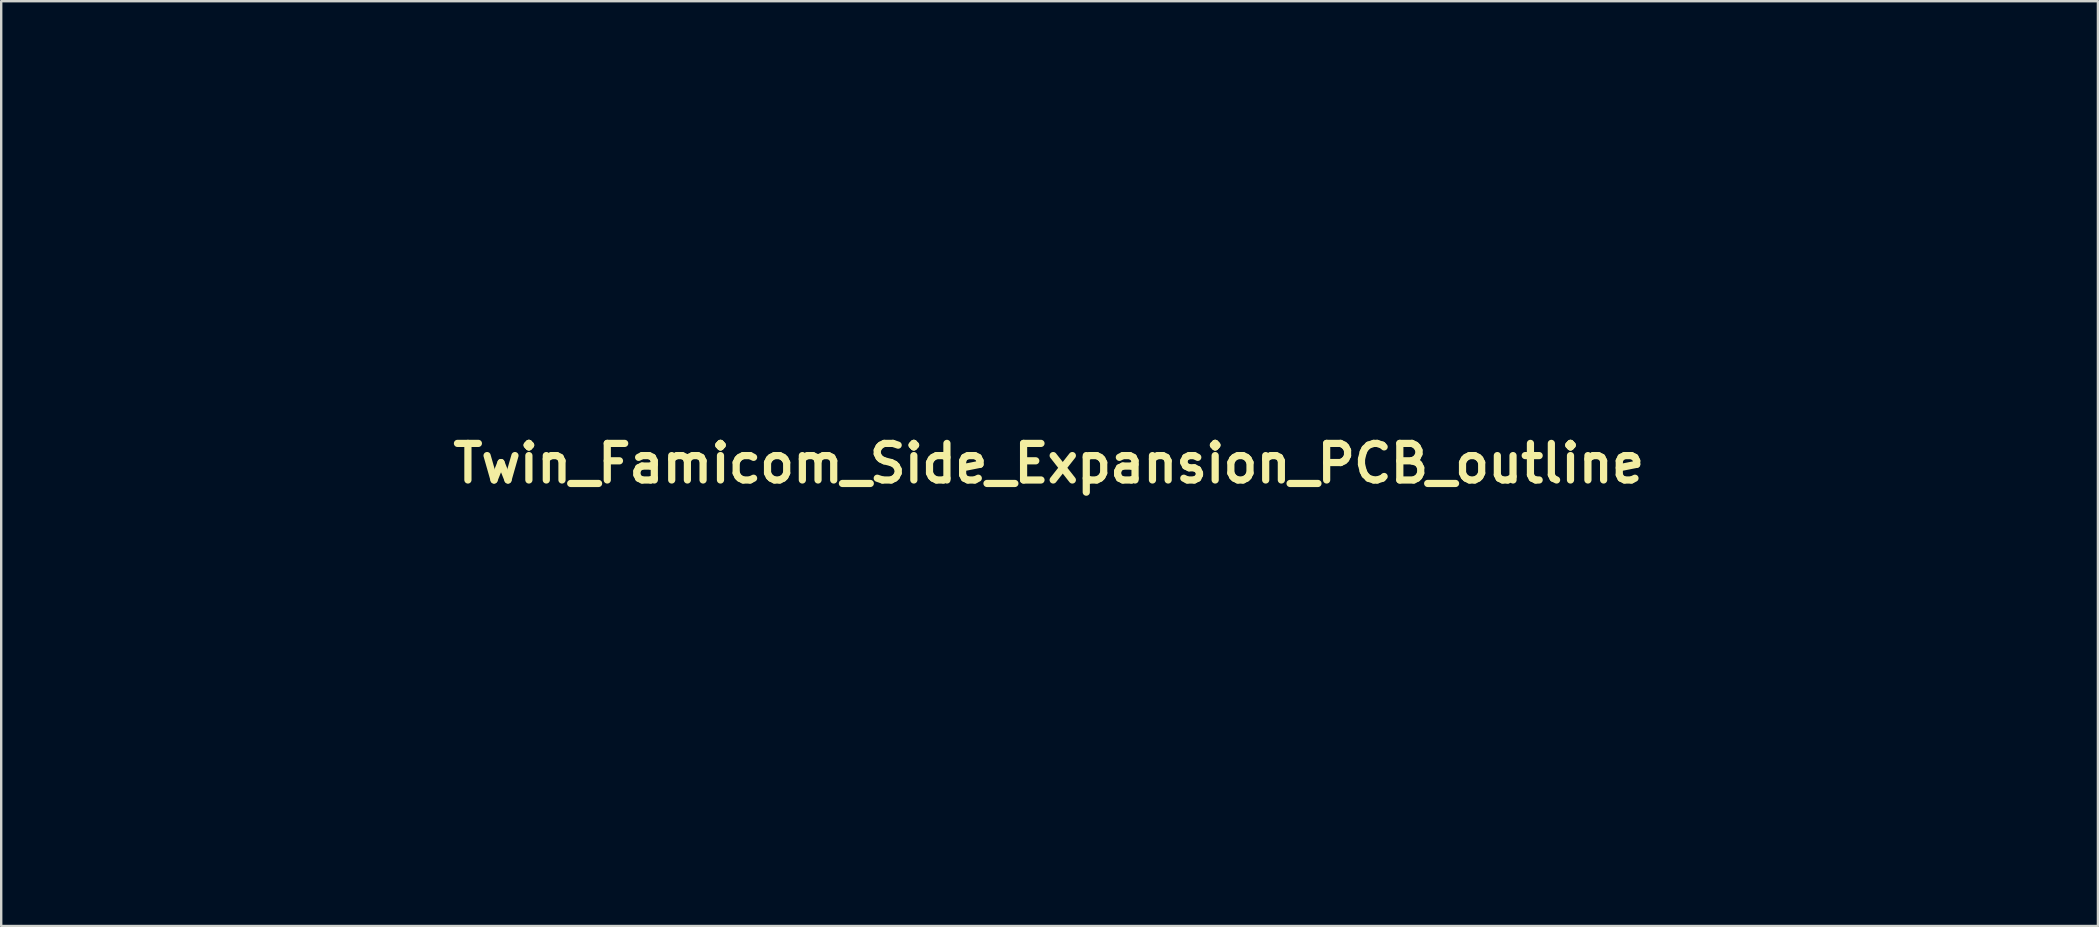
<source format=kicad_pcb>
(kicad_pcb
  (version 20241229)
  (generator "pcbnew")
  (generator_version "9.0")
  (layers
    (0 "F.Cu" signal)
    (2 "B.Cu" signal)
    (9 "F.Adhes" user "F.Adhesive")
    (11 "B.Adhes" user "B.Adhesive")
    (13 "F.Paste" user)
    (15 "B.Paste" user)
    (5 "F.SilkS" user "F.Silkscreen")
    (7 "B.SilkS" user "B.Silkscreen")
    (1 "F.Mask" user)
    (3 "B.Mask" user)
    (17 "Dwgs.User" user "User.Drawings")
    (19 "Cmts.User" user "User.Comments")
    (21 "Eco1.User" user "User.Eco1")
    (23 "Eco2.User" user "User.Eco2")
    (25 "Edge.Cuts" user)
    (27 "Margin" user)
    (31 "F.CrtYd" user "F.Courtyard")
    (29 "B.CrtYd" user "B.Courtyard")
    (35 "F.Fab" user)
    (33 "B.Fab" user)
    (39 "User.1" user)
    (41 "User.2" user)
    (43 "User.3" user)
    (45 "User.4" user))
  (footprint "Twin_Famicom_Side_Expansion_PCB_outline"
    (layer "F.Cu")
    (at 23.368 14.858)
    (property "Reference" "Twin_Famicom_Side_Expansion_PCB_outline" (at 17.28 1.4 0) (layer "F.SilkS") (effects (font (size 1.524 1.524) (thickness 0.3))))
    (attr through_hole)
    (fp_poly (pts (xy 27.461 -14.853) (xy 29.044 -14.852) (xy 30.562 -14.852) (xy 32.014 -14.852) (xy 33.403 -14.852) (xy 34.73 -14.852) (xy 35.996 -14.852) (xy 37.202 -14.851) (xy 38.349 -14.851) (xy 39.44 -14.85) (xy 40.474 -14.85) (xy 41.454 -14.849) (xy 42.38 -14.849) (xy 43.254 -14.848) (xy 44.078 -14.847) (xy 44.851 -14.846) (xy 45.577 -14.845) (xy 46.255 -14.844) (xy 46.888 -14.843) (xy 47.476 -14.842) (xy 48.021 -14.841) (xy 48.524 -14.84) (xy 48.986 -14.838) (xy 49.409 -14.837) (xy 49.793 -14.835) (xy 50.141 -14.834) (xy 50.453 -14.832) (xy 50.731 -14.83) (xy 50.976 -14.828) (xy 51.189 -14.826) (xy 51.372 -14.824) (xy 51.525 -14.822) (xy 51.65 -14.819) (xy 51.749 -14.817) (xy 51.822 -14.814) (xy 51.871 -14.812) (xy 51.896 -14.809) (xy 52.166 -14.759) (xy 52.383 -14.718) (xy 52.558 -14.681) (xy 52.706 -14.647) (xy 52.841 -14.611) (xy 52.976 -14.57) (xy 53.125 -14.522) (xy 53.132 -14.519) (xy 53.316 -14.456) (xy 53.5 -14.388) (xy 53.662 -14.324) (xy 53.767 -14.279) (xy 53.899 -14.218) (xy 54.023 -14.162) (xy 54.108 -14.125) (xy 54.23 -14.064) (xy 54.394 -13.972) (xy 54.584 -13.857) (xy 54.786 -13.729) (xy 54.986 -13.596) (xy 55.169 -13.467) (xy 55.241 -13.414) (xy 55.381 -13.303) (xy 55.541 -13.166) (xy 55.711 -13.012) (xy 55.881 -12.852) (xy 56.042 -12.693) (xy 56.184 -12.547) (xy 56.298 -12.421) (xy 56.373 -12.326) (xy 56.393 -12.295) (xy 56.436 -12.225) (xy 56.471 -12.193) (xy 56.473 -12.192) (xy 56.506 -12.165) (xy 56.568 -12.088) (xy 56.651 -11.972) (xy 56.748 -11.828) (xy 56.853 -11.666) (xy 56.96 -11.495) (xy 57.06 -11.326) (xy 57.11 -11.239) (xy 57.418 -10.618) (xy 57.662 -9.977) (xy 57.84 -9.315) (xy 57.952 -8.637) (xy 57.958 -8.581) (xy 57.97 -8.413) (xy 57.979 -8.196) (xy 57.984 -7.942) (xy 57.985 -7.663) (xy 57.982 -7.37) (xy 57.977 -7.074) (xy 57.968 -6.787) (xy 57.957 -6.521) (xy 57.943 -6.287) (xy 57.927 -6.097) (xy 57.909 -5.962) (xy 57.906 -5.945) (xy 57.792 -5.447) (xy 57.668 -5.002) (xy 57.527 -4.595) (xy 57.365 -4.209) (xy 57.175 -3.829) (xy 56.987 -3.5) (xy 56.898 -3.352) (xy 56.827 -3.236) (xy 56.762 -3.137) (xy 56.694 -3.041) (xy 56.613 -2.934) (xy 56.508 -2.802) (xy 56.379 -2.64) (xy 56.338 -2.595) (xy 56.249 -2.502) (xy 56.117 -2.365) (xy 55.942 -2.186) (xy 55.726 -1.967) (xy 55.473 -1.709) (xy 55.182 -1.416) (xy 54.858 -1.088) (xy 54.502 -0.728) (xy 54.115 -0.338) (xy 53.7 0.08) (xy 53.259 0.524) (xy 52.795 0.992) (xy 52.308 1.481) (xy 51.801 1.99) (xy 51.277 2.517) (xy 50.736 3.06) (xy 50.182 3.616) (xy 49.617 4.184) (xy 49.041 4.761) (xy 48.458 5.346) (xy 47.87 5.936) (xy 47.278 6.529) (xy 46.684 7.124) (xy 46.092 7.718) (xy 45.501 8.309) (xy 44.916 8.895) (xy 44.337 9.474) (xy 43.767 10.044) (xy 43.208 10.603) (xy 42.662 11.149) (xy 42.13 11.68) (xy 41.616 12.193) (xy 41.121 12.688) (xy 40.647 13.161) (xy 40.196 13.61) (xy 39.77 14.035) (xy 39.371 14.431) (xy 39.002 14.799) (xy 38.664 15.134) (xy 38.36 15.436) (xy 38.091 15.703) (xy 37.859 15.931) (xy 37.667 16.12) (xy 37.517 16.267) (xy 37.41 16.37) (xy 37.349 16.427) (xy 37.343 16.432) (xy 37.002 16.705) (xy 36.672 16.931) (xy 36.332 17.122) (xy 35.962 17.287) (xy 35.545 17.439) (xy 35.525 17.445) (xy 35.485 17.459) (xy 35.451 17.472) (xy 35.421 17.485) (xy 35.394 17.497) (xy 35.368 17.509) (xy 35.341 17.52) (xy 35.314 17.531) (xy 35.283 17.541) (xy 35.247 17.55) (xy 35.206 17.559) (xy 35.157 17.568) (xy 35.099 17.576) (xy 35.031 17.584) (xy 34.951 17.591) (xy 34.858 17.598) (xy 34.75 17.604) (xy 34.625 17.61) (xy 34.483 17.616) (xy 34.322 17.621) (xy 34.141 17.626) (xy 33.937 17.631) (xy 33.71 17.635) (xy 33.458 17.639) (xy 33.179 17.643) (xy 32.873 17.646) (xy 32.537 17.649) (xy 32.17 17.652) (xy 31.771 17.654) (xy 31.339 17.656) (xy 30.871 17.658) (xy 30.367 17.66) (xy 29.825 17.662) (xy 29.243 17.663) (xy 28.62 17.664) (xy 27.955 17.665) (xy 27.245 17.666) (xy 26.491 17.666) (xy 25.689 17.667) (xy 24.84 17.667) (xy 23.94 17.667) (xy 22.99 17.667) (xy 21.986 17.667) (xy 20.929 17.667) (xy 19.816 17.667) (xy 18.646 17.667) (xy 17.418 17.666) (xy 16.129 17.666) (xy 14.78 17.666) (xy 13.367 17.665) (xy 11.89 17.665) (xy 10.347 17.665) (xy 8.78 17.664) (xy 7.454 17.664) (xy 6.145 17.664) (xy 4.854 17.663) (xy 3.583 17.663) (xy 2.334 17.662) (xy 1.108 17.662) (xy -0.093 17.662) (xy -1.267 17.661) (xy -2.412 17.661) (xy -3.527 17.66) (xy -4.611 17.66) (xy -5.661 17.659) (xy -6.675 17.658) (xy -7.653 17.658) (xy -8.592 17.657) (xy -9.491 17.657) (xy -10.348 17.656) (xy -11.161 17.655) (xy -11.929 17.655) (xy -12.649 17.654) (xy -13.321 17.653) (xy -13.943 17.653) (xy -14.512 17.652) (xy -15.027 17.651) (xy -15.487 17.651) (xy -15.89 17.65) (xy -16.234 17.649) (xy -16.517 17.649) (xy -16.738 17.648) (xy -16.894 17.647) (xy -16.986 17.647) (xy -17.01 17.646) (xy -17.383 17.595) (xy -17.787 17.518) (xy -18.192 17.422) (xy -18.413 17.36) (xy -18.591 17.302) (xy -18.8 17.222) (xy -19.028 17.129) (xy -19.259 17.028) (xy -19.481 16.924) (xy -19.681 16.825) (xy -19.843 16.736) (xy -19.956 16.664) (xy -19.962 16.659) (xy -20.032 16.614) (xy -20.099 16.577) (xy -20.182 16.528) (xy -20.303 16.445) (xy -20.449 16.338) (xy -20.607 16.219) (xy -20.762 16.097) (xy -20.9 15.983) (xy -20.906 15.978) (xy -21.413 15.498) (xy -21.865 14.978) (xy -22.262 14.416) (xy -22.605 13.812) (xy -22.773 13.456) (xy -23.013 12.834) (xy -23.195 12.189) (xy -23.245 11.957) (xy 25.02 11.957) (xy 25.022 12.101) (xy 25.031 12.196) (xy 25.053 12.266) (xy 25.094 12.33) (xy 25.126 12.372) (xy 25.291 12.527) (xy 25.484 12.624) (xy 25.692 12.661) (xy 25.906 12.634) (xy 26.017 12.594) (xy 26.193 12.479) (xy 26.318 12.321) (xy 26.389 12.123) (xy 26.401 11.952) (xy 29.019 11.952) (xy 29.05 12.171) (xy 29.141 12.359) (xy 29.293 12.516) (xy 29.357 12.561) (xy 29.452 12.617) (xy 29.533 12.646) (xy 29.629 12.655) (xy 29.747 12.651) (xy 29.892 12.637) (xy 30 12.608) (xy 30.1 12.554) (xy 30.124 12.537) (xy 30.269 12.399) (xy 30.369 12.227) (xy 30.421 12.036) (xy 30.422 11.941) (xy 33.041 11.941) (xy 33.043 11.997) (xy 33.06 12.144) (xy 33.097 12.257) (xy 33.157 12.355) (xy 33.305 12.509) (xy 33.486 12.611) (xy 33.688 12.656) (xy 33.895 12.642) (xy 34.064 12.581) (xy 34.182 12.503) (xy 34.293 12.403) (xy 34.32 12.372) (xy 34.372 12.302) (xy 34.403 12.238) (xy 34.419 12.159) (xy 34.424 12.045) (xy 34.425 11.954) (xy 34.419 11.781) (xy 34.394 11.654) (xy 34.34 11.552) (xy 34.247 11.453) (xy 34.154 11.373) (xy 34.084 11.321) (xy 34.021 11.29) (xy 33.943 11.274) (xy 33.83 11.269) (xy 33.739 11.268) (xy 33.594 11.27) (xy 33.498 11.279) (xy 33.428 11.301) (xy 33.364 11.34) (xy 33.321 11.373) (xy 33.165 11.535) (xy 33.072 11.723) (xy 33.041 11.941) (xy 30.422 11.941) (xy 30.424 11.84) (xy 30.376 11.655) (xy 30.275 11.494) (xy 30.264 11.482) (xy 30.108 11.351) (xy 29.938 11.278) (xy 29.735 11.255) (xy 29.667 11.257) (xy 29.529 11.27) (xy 29.433 11.294) (xy 29.351 11.34) (xy 29.304 11.375) (xy 29.148 11.535) (xy 29.055 11.715) (xy 29.02 11.925) (xy 29.019 11.952) (xy 26.401 11.952) (xy 26.405 11.889) (xy 26.403 11.866) (xy 26.359 11.664) (xy 26.255 11.495) (xy 26.089 11.353) (xy 26.047 11.327) (xy 25.958 11.283) (xy 25.868 11.261) (xy 25.748 11.256) (xy 25.672 11.259) (xy 25.483 11.281) (xy 25.335 11.339) (xy 25.206 11.443) (xy 25.114 11.551) (xy 25.067 11.62) (xy 25.039 11.687) (xy 25.025 11.774) (xy 25.02 11.9) (xy 25.02 11.957) (xy -23.245 11.957) (xy -23.26 11.887) (xy -23.297 11.666) (xy -23.325 11.428) (xy -23.345 11.163) (xy -23.357 10.858) (xy -23.363 10.503) (xy -23.363 10.239) (xy -23.361 10.023) (xy -17.034 10.023) (xy -16.977 10.226) (xy -16.889 10.382) (xy -16.772 10.497) (xy -16.607 10.592) (xy -16.598 10.596) (xy -16.425 10.654) (xy -16.257 10.661) (xy -16.107 10.631) (xy -15.976 10.57) (xy -15.84 10.469) (xy -15.723 10.348) (xy -15.649 10.231) (xy -15.613 10.086) (xy -15.606 9.931) (xy -13.007 9.931) (xy -12.979 10.148) (xy -12.895 10.336) (xy -12.765 10.488) (xy -12.597 10.596) (xy -12.403 10.653) (xy -12.189 10.652) (xy -12.092 10.631) (xy -11.937 10.558) (xy -11.79 10.436) (xy -11.671 10.284) (xy -11.65 10.245) (xy -11.594 10.067) (xy -11.591 9.925) (xy -8.995 9.925) (xy -8.973 10.124) (xy -8.897 10.303) (xy -8.778 10.454) (xy -8.623 10.569) (xy -8.44 10.64) (xy -8.237 10.658) (xy -8.076 10.631) (xy -7.898 10.548) (xy -7.749 10.413) (xy -7.639 10.241) (xy -7.579 10.047) (xy -7.571 9.947) (xy -7.571 9.942) (xy -2.456 9.942) (xy -2.433 10.149) (xy -2.358 10.322) (xy -2.253 10.451) (xy -2.092 10.568) (xy -1.901 10.636) (xy -1.698 10.653) (xy -1.505 10.616) (xy -1.435 10.586) (xy -1.303 10.494) (xy -1.183 10.37) (xy -1.098 10.237) (xy -1.08 10.193) (xy -1.061 10.09) (xy -1.057 10.007) (xy 1.562 10.007) (xy 1.607 10.197) (xy 1.701 10.368) (xy 1.839 10.51) (xy 2.015 10.611) (xy 2.222 10.662) (xy 2.248 10.664) (xy 2.311 10.657) (xy 2.411 10.634) (xy 2.476 10.616) (xy 2.667 10.527) (xy 2.816 10.395) (xy 2.919 10.23) (xy 2.974 10.045) (xy 2.975 9.952) (xy 5.575 9.952) (xy 5.608 10.157) (xy 5.7 10.342) (xy 5.841 10.494) (xy 6.023 10.601) (xy 6.081 10.622) (xy 6.219 10.657) (xy 6.335 10.66) (xy 6.467 10.634) (xy 6.482 10.63) (xy 6.68 10.542) (xy 6.835 10.405) (xy 6.94 10.226) (xy 6.99 10.014) (xy 6.993 9.94) (xy 9.591 9.94) (xy 9.617 10.132) (xy 9.697 10.311) (xy 9.832 10.466) (xy 10.019 10.586) (xy 10.168 10.645) (xy 10.295 10.664) (xy 10.433 10.646) (xy 10.499 10.63) (xy 10.693 10.544) (xy 10.845 10.414) (xy 10.952 10.251) (xy 11.011 10.067) (xy 11.019 9.873) (xy 10.972 9.681) (xy 10.868 9.504) (xy 10.815 9.445) (xy 10.639 9.312) (xy 10.444 9.239) (xy 10.243 9.227) (xy 10.046 9.277) (xy 9.865 9.389) (xy 9.863 9.391) (xy 9.713 9.558) (xy 9.623 9.745) (xy 9.591 9.94) (xy 6.993 9.94) (xy 6.993 9.931) (xy 6.984 9.784) (xy 6.953 9.672) (xy 6.901 9.576) (xy 6.762 9.412) (xy 6.59 9.299) (xy 6.4 9.238) (xy 6.202 9.232) (xy 6.01 9.283) (xy 5.836 9.391) (xy 5.805 9.42) (xy 5.669 9.586) (xy 5.595 9.768) (xy 5.575 9.952) (xy 2.975 9.952) (xy 2.977 9.852) (xy 2.925 9.662) (xy 2.816 9.488) (xy 2.778 9.447) (xy 2.601 9.314) (xy 2.408 9.242) (xy 2.21 9.229) (xy 2.017 9.273) (xy 1.842 9.374) (xy 1.696 9.529) (xy 1.646 9.609) (xy 1.573 9.807) (xy 1.562 10.007) (xy -1.057 10.007) (xy -1.054 9.952) (xy -1.058 9.857) (xy -1.076 9.716) (xy -1.112 9.612) (xy -1.175 9.515) (xy -1.182 9.506) (xy -1.337 9.358) (xy -1.512 9.268) (xy -1.698 9.231) (xy -1.884 9.244) (xy -2.061 9.303) (xy -2.216 9.405) (xy -2.341 9.546) (xy -2.425 9.723) (xy -2.456 9.932) (xy -2.456 9.942) (xy -7.571 9.942) (xy -7.596 9.739) (xy -7.674 9.564) (xy -7.773 9.444) (xy -7.949 9.309) (xy -8.143 9.238) (xy -8.277 9.226) (xy -8.493 9.258) (xy -8.683 9.35) (xy -8.837 9.493) (xy -8.945 9.681) (xy -8.958 9.717) (xy -8.995 9.925) (xy -11.591 9.925) (xy -11.59 9.869) (xy -11.634 9.676) (xy -11.711 9.531) (xy -11.862 9.376) (xy -12.043 9.275) (xy -12.241 9.23) (xy -12.444 9.241) (xy -12.639 9.309) (xy -12.8 9.425) (xy -12.918 9.566) (xy -12.984 9.723) (xy -13.007 9.919) (xy -13.007 9.931) (xy -15.606 9.931) (xy -15.605 9.912) (xy -15.625 9.743) (xy -15.652 9.654) (xy -15.755 9.492) (xy -15.906 9.359) (xy -16.087 9.267) (xy -16.281 9.227) (xy -16.314 9.227) (xy -16.526 9.258) (xy -16.711 9.344) (xy -16.86 9.473) (xy -16.969 9.636) (xy -17.029 9.823) (xy -17.034 10.023) (xy -23.361 10.023) (xy -23.36 9.861) (xy -23.351 9.541) (xy -23.336 9.269) (xy -23.315 9.032) (xy -23.286 8.821) (xy -23.248 8.625) (xy -23.236 8.574) (xy -23.215 8.478) (xy -23.203 8.419) (xy -23.086 7.941) (xy -23.086 7.939) (xy 25.02 7.939) (xy 25.022 8.083) (xy 25.031 8.179) (xy 25.052 8.248) (xy 25.092 8.311) (xy 25.126 8.355) (xy 25.225 8.454) (xy 25.346 8.545) (xy 25.383 8.567) (xy 25.567 8.629) (xy 25.769 8.636) (xy 25.969 8.588) (xy 26.105 8.518) (xy 26.261 8.373) (xy 26.365 8.189) (xy 26.399 8.027) (xy 29.018 8.027) (xy 29.069 8.215) (xy 29.173 8.385) (xy 29.33 8.526) (xy 29.396 8.565) (xy 29.588 8.631) (xy 29.794 8.639) (xy 29.995 8.59) (xy 30.125 8.519) (xy 30.278 8.373) (xy 30.382 8.193) (xy 30.432 7.993) (xy 30.425 7.837) (xy 33.036 7.837) (xy 33.044 8.024) (xy 33.089 8.206) (xy 33.157 8.34) (xy 33.299 8.487) (xy 33.477 8.589) (xy 33.674 8.64) (xy 33.874 8.637) (xy 34.057 8.577) (xy 34.238 8.451) (xy 34.362 8.288) (xy 34.429 8.085) (xy 34.435 8.009) (xy 37.051 8.009) (xy 37.096 8.19) (xy 37.186 8.351) (xy 37.315 8.482) (xy 37.474 8.579) (xy 37.656 8.631) (xy 37.853 8.633) (xy 38.058 8.577) (xy 38.103 8.556) (xy 38.271 8.436) (xy 38.389 8.272) (xy 38.453 8.069) (xy 38.465 7.923) (xy 38.456 7.771) (xy 38.422 7.651) (xy 38.353 7.54) (xy 38.257 7.431) (xy 38.092 7.303) (xy 37.905 7.233) (xy 37.711 7.219) (xy 37.52 7.26) (xy 37.346 7.354) (xy 37.199 7.497) (xy 37.128 7.612) (xy 37.059 7.813) (xy 37.051 8.009) (xy 34.435 8.009) (xy 34.442 7.922) (xy 34.429 7.744) (xy 34.381 7.604) (xy 34.289 7.478) (xy 34.208 7.399) (xy 34.035 7.286) (xy 33.836 7.226) (xy 33.629 7.223) (xy 33.433 7.279) (xy 33.412 7.289) (xy 33.301 7.369) (xy 33.188 7.487) (xy 33.098 7.615) (xy 33.07 7.673) (xy 33.036 7.837) (xy 30.425 7.837) (xy 30.424 7.788) (xy 30.372 7.628) (xy 30.26 7.464) (xy 30.107 7.338) (xy 29.928 7.255) (xy 29.736 7.219) (xy 29.546 7.234) (xy 29.372 7.306) (xy 29.355 7.317) (xy 29.189 7.466) (xy 29.078 7.641) (xy 29.021 7.832) (xy 29.018 8.027) (xy 26.399 8.027) (xy 26.409 7.978) (xy 26.41 7.936) (xy 26.4 7.771) (xy 26.362 7.643) (xy 26.286 7.521) (xy 26.219 7.443) (xy 26.065 7.318) (xy 25.881 7.241) (xy 25.685 7.215) (xy 25.494 7.243) (xy 25.34 7.316) (xy 25.251 7.39) (xy 25.156 7.487) (xy 25.126 7.521) (xy 25.074 7.592) (xy 25.042 7.655) (xy 25.026 7.733) (xy 25.021 7.846) (xy 25.02 7.939) (xy -23.086 7.939) (xy -22.916 7.441) (xy -22.698 6.934) (xy -22.439 6.435) (xy -22.415 6.393) (xy -22.284 6.173) (xy -22.156 5.977) (xy -22.018 5.785) (xy -21.855 5.576) (xy -21.725 5.416) (xy -21.683 5.371) (xy -21.596 5.281) (xy -21.464 5.146) (xy -21.29 4.969) (xy -21.076 4.751) (xy -20.823 4.496) (xy -20.535 4.205) (xy -20.212 3.88) (xy -19.857 3.523) (xy -19.472 3.136) (xy -19.067 2.729) (xy 0.095 2.729) (xy 0.111 2.995) (xy 0.181 3.254) (xy 0.304 3.497) (xy 0.48 3.714) (xy 0.706 3.896) (xy 0.755 3.926) (xy 1.02 4.044) (xy 1.302 4.1) (xy 1.588 4.096) (xy 1.866 4.029) (xy 1.987 3.978) (xy 2.217 3.83) (xy 2.421 3.631) (xy 2.582 3.399) (xy 2.617 3.33) (xy 2.661 3.227) (xy 2.689 3.134) (xy 2.703 3.027) (xy 2.709 2.885) (xy 2.709 2.79) (xy 2.708 2.708) (xy 2.916 2.708) (xy 2.916 2.79) (xy 2.919 2.967) (xy 2.927 3.095) (xy 2.944 3.191) (xy 2.971 3.274) (xy 2.999 3.334) (xy 3.141 3.559) (xy 3.33 3.761) (xy 3.55 3.926) (xy 3.786 4.042) (xy 3.923 4.082) (xy 4.089 4.1) (xy 4.285 4.096) (xy 4.482 4.072) (xy 4.651 4.031) (xy 4.703 4.011) (xy 4.969 3.859) (xy 5.189 3.661) (xy 5.357 3.426) (xy 5.469 3.159) (xy 5.519 2.868) (xy 5.52 2.859) (xy 5.511 2.707) (xy 5.687 2.707) (xy 5.697 2.984) (xy 5.768 3.257) (xy 5.89 3.501) (xy 6.072 3.727) (xy 6.295 3.902) (xy 6.55 4.024) (xy 6.827 4.09) (xy 7.117 4.097) (xy 7.411 4.041) (xy 7.451 4.028) (xy 7.624 3.946) (xy 7.805 3.823) (xy 7.97 3.675) (xy 8.098 3.522) (xy 8.12 3.486) (xy 8.248 3.206) (xy 8.311 2.921) (xy 8.311 2.752) (xy 8.487 2.752) (xy 8.495 2.97) (xy 8.528 3.165) (xy 8.542 3.211) (xy 8.658 3.457) (xy 8.829 3.68) (xy 9.042 3.867) (xy 9.285 4.008) (xy 9.479 4.076) (xy 9.661 4.101) (xy 9.874 4.097) (xy 10.089 4.068) (xy 10.276 4.016) (xy 10.315 4) (xy 10.561 3.852) (xy 10.775 3.654) (xy 10.942 3.42) (xy 10.972 3.363) (xy 11.023 3.255) (xy 11.056 3.165) (xy 11.074 3.074) (xy 11.082 2.959) (xy 11.084 2.8) (xy 11.084 2.789) (xy 11.29 2.789) (xy 11.292 2.955) (xy 11.301 3.074) (xy 11.32 3.168) (xy 11.354 3.259) (xy 11.391 3.339) (xy 11.549 3.588) (xy 11.755 3.8) (xy 11.999 3.967) (xy 12.266 4.076) (xy 12.286 4.082) (xy 12.371 4.093) (xy 12.498 4.099) (xy 12.641 4.097) (xy 12.655 4.096) (xy 12.841 4.079) (xy 12.997 4.04) (xy 13.135 3.983) (xy 13.388 3.831) (xy 13.591 3.641) (xy 13.743 3.421) (xy 13.845 3.18) (xy 13.896 2.926) (xy 13.896 2.716) (xy 14.064 2.716) (xy 14.075 2.998) (xy 14.149 3.278) (xy 14.193 3.379) (xy 14.292 3.535) (xy 14.432 3.697) (xy 14.59 3.842) (xy 14.743 3.945) (xy 15.003 4.05) (xy 15.28 4.1) (xy 15.557 4.096) (xy 15.818 4.037) (xy 15.929 3.991) (xy 16.15 3.851) (xy 16.353 3.662) (xy 16.519 3.445) (xy 16.578 3.339) (xy 16.626 3.236) (xy 16.656 3.146) (xy 16.672 3.048) (xy 16.678 2.92) (xy 16.679 2.79) (xy 16.679 2.75) (xy 16.862 2.75) (xy 16.876 2.959) (xy 16.912 3.163) (xy 16.964 3.331) (xy 16.967 3.338) (xy 17.086 3.535) (xy 17.256 3.722) (xy 17.462 3.886) (xy 17.686 4.013) (xy 17.873 4.081) (xy 18.036 4.102) (xy 18.234 4.099) (xy 18.438 4.073) (xy 18.623 4.028) (xy 18.7 3.998) (xy 18.834 3.923) (xy 18.975 3.825) (xy 19.05 3.763) (xy 19.248 3.541) (xy 19.384 3.303) (xy 19.464 3.054) (xy 19.491 2.802) (xy 19.48 2.683) (xy 44.371 2.683) (xy 44.403 2.953) (xy 44.5 3.21) (xy 44.66 3.446) (xy 44.734 3.526) (xy 44.96 3.706) (xy 45.214 3.826) (xy 45.487 3.883) (xy 45.77 3.876) (xy 46.023 3.815) (xy 46.246 3.702) (xy 46.448 3.531) (xy 46.62 3.313) (xy 46.73 3.109) (xy 46.775 2.955) (xy 46.8 2.763) (xy 46.802 2.562) (xy 46.782 2.379) (xy 46.762 2.301) (xy 46.645 2.049) (xy 46.479 1.836) (xy 46.274 1.666) (xy 46.039 1.542) (xy 45.785 1.47) (xy 45.52 1.453) (xy 45.254 1.494) (xy 45.035 1.579) (xy 44.889 1.676) (xy 44.737 1.814) (xy 44.602 1.971) (xy 44.506 2.123) (xy 44.505 2.125) (xy 44.405 2.405) (xy 44.371 2.683) (xy 19.48 2.683) (xy 19.468 2.553) (xy 19.399 2.315) (xy 19.287 2.093) (xy 19.137 1.895) (xy 18.953 1.727) (xy 18.737 1.596) (xy 18.494 1.509) (xy 18.227 1.473) (xy 17.94 1.494) (xy 17.816 1.52) (xy 17.571 1.617) (xy 17.346 1.769) (xy 17.152 1.964) (xy 17 2.19) (xy 16.9 2.435) (xy 16.872 2.564) (xy 16.862 2.75) (xy 16.679 2.75) (xy 16.677 2.621) (xy 16.667 2.499) (xy 16.647 2.401) (xy 16.612 2.305) (xy 16.587 2.251) (xy 16.434 2.001) (xy 16.228 1.787) (xy 15.981 1.618) (xy 15.949 1.602) (xy 15.837 1.548) (xy 15.746 1.514) (xy 15.653 1.495) (xy 15.537 1.487) (xy 15.375 1.486) (xy 15.209 1.488) (xy 15.09 1.497) (xy 14.995 1.516) (xy 14.905 1.55) (xy 14.834 1.583) (xy 14.58 1.743) (xy 14.373 1.945) (xy 14.216 2.18) (xy 14.112 2.441) (xy 14.064 2.716) (xy 13.896 2.716) (xy 13.897 2.667) (xy 13.847 2.412) (xy 13.747 2.17) (xy 13.597 1.948) (xy 13.396 1.755) (xy 13.145 1.6) (xy 13.134 1.595) (xy 13.016 1.542) (xy 12.918 1.51) (xy 12.815 1.493) (xy 12.683 1.487) (xy 12.578 1.486) (xy 12.411 1.489) (xy 12.29 1.499) (xy 12.191 1.523) (xy 12.089 1.562) (xy 12.055 1.578) (xy 11.808 1.73) (xy 11.593 1.933) (xy 11.426 2.172) (xy 11.402 2.219) (xy 11.35 2.33) (xy 11.317 2.422) (xy 11.299 2.517) (xy 11.292 2.637) (xy 11.29 2.789) (xy 11.084 2.789) (xy 11.084 2.774) (xy 11.083 2.605) (xy 11.076 2.486) (xy 11.059 2.394) (xy 11.029 2.31) (xy 10.984 2.215) (xy 10.851 2.011) (xy 10.671 1.82) (xy 10.465 1.661) (xy 10.321 1.582) (xy 10.05 1.495) (xy 9.773 1.472) (xy 9.501 1.507) (xy 9.241 1.597) (xy 9.005 1.738) (xy 8.8 1.926) (xy 8.636 2.156) (xy 8.544 2.361) (xy 8.503 2.539) (xy 8.487 2.752) (xy 8.311 2.752) (xy 8.311 2.639) (xy 8.251 2.367) (xy 8.133 2.114) (xy 7.96 1.887) (xy 7.734 1.695) (xy 7.546 1.585) (xy 7.444 1.538) (xy 7.354 1.509) (xy 7.255 1.493) (xy 7.125 1.487) (xy 7 1.486) (xy 6.834 1.488) (xy 6.716 1.496) (xy 6.621 1.516) (xy 6.53 1.549) (xy 6.451 1.587) (xy 6.198 1.746) (xy 5.993 1.946) (xy 5.838 2.179) (xy 5.735 2.435) (xy 5.687 2.707) (xy 5.511 2.707) (xy 5.503 2.56) (xy 5.423 2.282) (xy 5.283 2.031) (xy 5.085 1.812) (xy 4.833 1.631) (xy 4.769 1.595) (xy 4.667 1.545) (xy 4.582 1.513) (xy 4.49 1.496) (xy 4.37 1.488) (xy 4.22 1.487) (xy 4.057 1.488) (xy 3.941 1.495) (xy 3.848 1.514) (xy 3.757 1.548) (xy 3.644 1.602) (xy 3.642 1.602) (xy 3.4 1.753) (xy 3.203 1.944) (xy 3.038 2.188) (xy 3.027 2.207) (xy 2.978 2.301) (xy 2.946 2.379) (xy 2.927 2.461) (xy 2.919 2.564) (xy 2.916 2.708) (xy 2.708 2.708) (xy 2.707 2.621) (xy 2.698 2.5) (xy 2.678 2.403) (xy 2.643 2.311) (xy 2.619 2.258) (xy 2.461 1.998) (xy 2.263 1.787) (xy 2.034 1.628) (xy 1.782 1.522) (xy 1.515 1.472) (xy 1.243 1.48) (xy 0.972 1.547) (xy 0.712 1.675) (xy 0.581 1.769) (xy 0.375 1.975) (xy 0.226 2.21) (xy 0.133 2.464) (xy 0.095 2.729) (xy -19.067 2.729) (xy -19.059 2.721) (xy -18.619 2.28) (xy -18.156 1.815) (xy -17.671 1.328) (xy -17.165 0.822) (xy -16.642 0.298) (xy -16.418 0.073) (xy -12.288 0.073) (xy -12.274 0.281) (xy -12.232 0.494) (xy -12.164 0.689) (xy -12.146 0.728) (xy -12.051 0.877) (xy -11.92 1.031) (xy -11.773 1.172) (xy -11.629 1.28) (xy -11.57 1.313) (xy -11.278 1.42) (xy -10.993 1.459) (xy -10.708 1.431) (xy -10.596 1.402) (xy -10.353 1.307) (xy -10.147 1.178) (xy -9.959 1.001) (xy -9.873 0.898) (xy -9.816 0.806) (xy -9.755 0.672) (xy -9.699 0.523) (xy -9.664 0.402) (xy -9.637 0.166) (xy -9.653 -0.007) (xy -1.306 -0.007) (xy -1.304 0.154) (xy -1.295 0.27) (xy -1.274 0.364) (xy -1.236 0.462) (xy -1.196 0.544) (xy -1.041 0.792) (xy -0.843 1.001) (xy -0.613 1.161) (xy -0.362 1.266) (xy -0.25 1.291) (xy -0.064 1.305) (xy 0.146 1.294) (xy 0.353 1.26) (xy 0.531 1.208) (xy 0.584 1.184) (xy 0.83 1.024) (xy 1.029 0.82) (xy 1.178 0.582) (xy 1.275 0.32) (xy 1.315 0.044) (xy 1.306 -0.091) (xy 1.475 -0.091) (xy 1.485 0.19) (xy 1.558 0.468) (xy 1.595 0.555) (xy 1.741 0.788) (xy 1.939 0.992) (xy 2.175 1.154) (xy 2.436 1.265) (xy 2.503 1.283) (xy 2.68 1.306) (xy 2.888 1.306) (xy 3.093 1.282) (xy 3.207 1.255) (xy 3.421 1.162) (xy 3.628 1.017) (xy 3.811 0.835) (xy 3.951 0.632) (xy 3.964 0.607) (xy 4.068 0.329) (xy 4.109 0.045) (xy 4.106 0.01) (xy 4.288 0.01) (xy 4.29 0.175) (xy 4.299 0.293) (xy 4.317 0.385) (xy 4.35 0.473) (xy 4.385 0.545) (xy 4.556 0.814) (xy 4.766 1.027) (xy 5.018 1.185) (xy 5.312 1.29) (xy 5.404 1.31) (xy 5.551 1.319) (xy 5.732 1.305) (xy 5.921 1.271) (xy 6.071 1.226) (xy 6.294 1.109) (xy 6.498 0.937) (xy 6.672 0.726) (xy 6.805 0.489) (xy 6.886 0.24) (xy 6.901 0.142) (xy 6.902 0.022) (xy 7.058 0.022) (xy 7.092 0.288) (xy 7.182 0.543) (xy 7.326 0.779) (xy 7.523 0.989) (xy 7.771 1.162) (xy 7.779 1.166) (xy 7.879 1.22) (xy 7.96 1.256) (xy 8.038 1.277) (xy 8.133 1.286) (xy 8.262 1.288) (xy 8.424 1.284) (xy 8.597 1.278) (xy 8.72 1.267) (xy 8.816 1.247) (xy 8.902 1.214) (xy 8.963 1.184) (xy 9.22 1.015) (xy 9.424 0.804) (xy 9.572 0.557) (xy 9.662 0.279) (xy 9.676 0.116) (xy 9.865 0.116) (xy 9.913 0.373) (xy 10.011 0.617) (xy 10.16 0.84) (xy 10.359 1.032) (xy 10.552 1.157) (xy 10.829 1.266) (xy 11.122 1.312) (xy 11.421 1.292) (xy 11.616 1.243) (xy 11.838 1.138) (xy 12.047 0.979) (xy 12.23 0.78) (xy 12.371 0.555) (xy 12.407 0.473) (xy 12.453 0.331) (xy 12.478 0.174) (xy 12.483 0.06) (xy 12.649 0.06) (xy 12.69 0.328) (xy 12.787 0.583) (xy 12.937 0.817) (xy 13.142 1.02) (xy 13.222 1.079) (xy 13.488 1.221) (xy 13.77 1.298) (xy 14.066 1.307) (xy 14.371 1.251) (xy 14.403 1.241) (xy 14.644 1.13) (xy 14.861 0.964) (xy 15.043 0.753) (xy 15.18 0.51) (xy 15.243 0.327) (xy 15.283 0.037) (xy 15.283 0.031) (xy 15.439 0.031) (xy 15.472 0.296) (xy 15.561 0.552) (xy 15.71 0.792) (xy 15.834 0.931) (xy 16.014 1.077) (xy 16.22 1.195) (xy 16.434 1.276) (xy 16.637 1.313) (xy 16.748 1.311) (xy 16.821 1.303) (xy 16.931 1.29) (xy 16.995 1.282) (xy 17.253 1.218) (xy 17.492 1.095) (xy 17.702 0.921) (xy 17.873 0.706) (xy 17.996 0.458) (xy 18.022 0.376) (xy 18.072 0.085) (xy 18.067 -0.009) (xy 18.258 -0.009) (xy 18.258 -0.007) (xy 18.26 0.164) (xy 18.268 0.288) (xy 18.286 0.385) (xy 18.317 0.476) (xy 18.351 0.55) (xy 18.501 0.795) (xy 18.699 0.997) (xy 18.933 1.153) (xy 19.194 1.257) (xy 19.472 1.308) (xy 19.756 1.299) (xy 20.034 1.229) (xy 20.213 1.136) (xy 20.397 0.998) (xy 20.563 0.832) (xy 20.692 0.659) (xy 20.722 0.606) (xy 20.828 0.325) (xy 20.87 0.041) (xy 20.851 -0.237) (xy 20.774 -0.503) (xy 20.643 -0.746) (xy 20.46 -0.959) (xy 20.23 -1.133) (xy 20.001 -1.243) (xy 19.782 -1.298) (xy 19.534 -1.312) (xy 19.284 -1.289) (xy 19.059 -1.228) (xy 18.991 -1.199) (xy 18.766 -1.056) (xy 18.562 -0.865) (xy 18.4 -0.645) (xy 18.361 -0.574) (xy 18.314 -0.474) (xy 18.284 -0.388) (xy 18.267 -0.296) (xy 18.26 -0.176) (xy 18.258 -0.009) (xy 18.067 -0.009) (xy 18.058 -0.202) (xy 17.986 -0.476) (xy 17.858 -0.727) (xy 17.68 -0.946) (xy 17.455 -1.124) (xy 17.331 -1.192) (xy 17.116 -1.267) (xy 16.873 -1.306) (xy 16.627 -1.309) (xy 16.402 -1.274) (xy 16.324 -1.249) (xy 16.057 -1.114) (xy 15.835 -0.937) (xy 15.661 -0.725) (xy 15.535 -0.487) (xy 15.46 -0.233) (xy 15.439 0.031) (xy 15.283 0.031) (xy 15.26 -0.248) (xy 15.176 -0.519) (xy 15.035 -0.767) (xy 14.843 -0.983) (xy 14.603 -1.158) (xy 14.552 -1.186) (xy 14.456 -1.234) (xy 14.375 -1.266) (xy 14.29 -1.284) (xy 14.181 -1.292) (xy 14.03 -1.294) (xy 13.968 -1.294) (xy 13.735 -1.286) (xy 13.549 -1.257) (xy 13.391 -1.2) (xy 13.241 -1.105) (xy 13.079 -0.967) (xy 13.054 -0.943) (xy 12.866 -0.721) (xy 12.736 -0.474) (xy 12.664 -0.21) (xy 12.649 0.06) (xy 12.483 0.06) (xy 12.485 -0.007) (xy 12.483 -0.162) (xy 12.471 -0.278) (xy 12.441 -0.384) (xy 12.388 -0.51) (xy 12.367 -0.557) (xy 12.216 -0.809) (xy 12.018 -1.017) (xy 11.765 -1.189) (xy 11.737 -1.204) (xy 11.653 -1.244) (xy 11.576 -1.271) (xy 11.486 -1.286) (xy 11.366 -1.293) (xy 11.196 -1.294) (xy 11.187 -1.294) (xy 11.012 -1.293) (xy 10.885 -1.285) (xy 10.789 -1.269) (xy 10.702 -1.241) (xy 10.62 -1.206) (xy 10.372 -1.055) (xy 10.172 -0.865) (xy 10.021 -0.644) (xy 9.92 -0.401) (xy 9.868 -0.145) (xy 9.865 0.116) (xy 9.676 0.116) (xy 9.689 -0.024) (xy 9.686 -0.089) (xy 9.648 -0.362) (xy 9.561 -0.596) (xy 9.419 -0.809) (xy 9.311 -0.927) (xy 9.085 -1.113) (xy 8.842 -1.235) (xy 8.567 -1.301) (xy 8.508 -1.308) (xy 8.216 -1.311) (xy 7.958 -1.26) (xy 7.721 -1.149) (xy 7.496 -0.977) (xy 7.298 -0.754) (xy 7.16 -0.507) (xy 7.08 -0.246) (xy 7.058 0.022) (xy 6.902 0.022) (xy 6.902 -0.086) (xy 6.865 -0.326) (xy 6.796 -0.546) (xy 6.769 -0.606) (xy 6.682 -0.738) (xy 6.553 -0.883) (xy 6.403 -1.024) (xy 6.25 -1.142) (xy 6.142 -1.207) (xy 6.017 -1.257) (xy 5.876 -1.288) (xy 5.695 -1.304) (xy 5.675 -1.305) (xy 5.407 -1.302) (xy 5.18 -1.259) (xy 4.976 -1.173) (xy 4.82 -1.071) (xy 4.662 -0.943) (xy 4.545 -0.816) (xy 4.448 -0.665) (xy 4.382 -0.533) (xy 4.337 -0.429) (xy 4.309 -0.336) (xy 4.294 -0.23) (xy 4.289 -0.089) (xy 4.288 0.01) (xy 4.106 0.01) (xy 4.088 -0.236) (xy 4.009 -0.506) (xy 3.874 -0.755) (xy 3.688 -0.973) (xy 3.452 -1.153) (xy 3.376 -1.197) (xy 3.287 -1.24) (xy 3.209 -1.269) (xy 3.122 -1.285) (xy 3.007 -1.292) (xy 2.846 -1.294) (xy 2.812 -1.294) (xy 2.637 -1.293) (xy 2.511 -1.285) (xy 2.414 -1.269) (xy 2.328 -1.241) (xy 2.246 -1.205) (xy 1.993 -1.051) (xy 1.786 -0.853) (xy 1.628 -0.621) (xy 1.523 -0.364) (xy 1.475 -0.091) (xy 1.306 -0.091) (xy 1.296 -0.238) (xy 1.213 -0.515) (xy 1.193 -0.56) (xy 1.07 -0.764) (xy 0.906 -0.956) (xy 0.721 -1.11) (xy 0.679 -1.138) (xy 0.456 -1.239) (xy 0.202 -1.297) (xy -0.063 -1.311) (xy -0.32 -1.28) (xy -0.547 -1.203) (xy -0.565 -1.195) (xy -0.814 -1.031) (xy -1.026 -0.821) (xy -1.186 -0.578) (xy -1.195 -0.56) (xy -1.248 -0.444) (xy -1.281 -0.348) (xy -1.298 -0.248) (xy -1.305 -0.118) (xy -1.306 -0.007) (xy -9.653 -0.007) (xy -9.661 -0.094) (xy -9.733 -0.358) (xy -9.736 -0.368) (xy -9.821 -0.531) (xy -9.951 -0.703) (xy -10.106 -0.864) (xy -10.27 -0.996) (xy -10.402 -1.071) (xy -10.674 -1.154) (xy -10.963 -1.181) (xy -11.25 -1.152) (xy -11.518 -1.07) (xy -11.58 -1.041) (xy -11.793 -0.896) (xy -11.981 -0.697) (xy -12.135 -0.456) (xy -12.245 -0.187) (xy -12.269 -0.102) (xy -12.288 0.073) (xy -16.418 0.073) (xy -16.103 -0.242) (xy -15.55 -0.796) (xy -14.985 -1.362) (xy -14.41 -1.937) (xy -13.827 -2.52) (xy -13.239 -3.108) (xy -12.647 -3.7) (xy -12.053 -4.294) (xy -11.459 -4.888) (xy -11.207 -5.139) (xy -3.842 -5.139) (xy -3.812 -4.922) (xy -3.729 -4.734) (xy -3.601 -4.583) (xy -3.439 -4.474) (xy -3.252 -4.415) (xy -3.051 -4.41) (xy -2.844 -4.468) (xy -2.835 -4.472) (xy -2.694 -4.548) (xy -2.595 -4.64) (xy -2.511 -4.771) (xy -2.506 -4.782) (xy -2.431 -4.985) (xy -2.422 -5.12) (xy 0.17 -5.12) (xy 0.174 -5.072) (xy 0.211 -4.891) (xy 0.281 -4.746) (xy 0.397 -4.609) (xy 0.412 -4.594) (xy 0.576 -4.48) (xy 0.768 -4.422) (xy 0.973 -4.419) (xy 1.177 -4.474) (xy 1.266 -4.518) (xy 1.425 -4.647) (xy 1.533 -4.808) (xy 1.592 -4.99) (xy 1.599 -5.137) (xy 4.195 -5.137) (xy 4.207 -5.006) (xy 4.234 -4.88) (xy 4.248 -4.84) (xy 4.32 -4.721) (xy 4.431 -4.598) (xy 4.554 -4.496) (xy 4.635 -4.45) (xy 4.798 -4.411) (xy 4.981 -4.413) (xy 5.154 -4.456) (xy 5.172 -4.464) (xy 5.37 -4.587) (xy 5.515 -4.742) (xy 5.603 -4.921) (xy 5.634 -5.114) (xy 5.631 -5.136) (xy 8.236 -5.136) (xy 8.238 -4.99) (xy 8.25 -4.89) (xy 8.275 -4.813) (xy 8.319 -4.739) (xy 8.329 -4.723) (xy 8.476 -4.566) (xy 8.657 -4.46) (xy 8.858 -4.409) (xy 9.064 -4.418) (xy 9.149 -4.441) (xy 9.258 -4.49) (xy 9.366 -4.557) (xy 9.375 -4.564) (xy 9.459 -4.65) (xy 9.542 -4.772) (xy 9.612 -4.906) (xy 9.653 -5.027) (xy 9.66 -5.079) (xy 9.63 -5.289) (xy 9.547 -5.482) (xy 9.419 -5.647) (xy 9.258 -5.769) (xy 9.121 -5.824) (xy 8.897 -5.849) (xy 8.686 -5.808) (xy 8.496 -5.704) (xy 8.334 -5.542) (xy 8.284 -5.47) (xy 8.255 -5.403) (xy 8.24 -5.317) (xy 8.236 -5.192) (xy 8.236 -5.136) (xy 5.631 -5.136) (xy 5.605 -5.311) (xy 5.515 -5.503) (xy 5.404 -5.639) (xy 5.235 -5.766) (xy 5.051 -5.834) (xy 4.861 -5.847) (xy 4.677 -5.811) (xy 4.509 -5.729) (xy 4.366 -5.606) (xy 4.261 -5.445) (xy 4.203 -5.253) (xy 4.195 -5.137) (xy 1.599 -5.137) (xy 1.601 -5.18) (xy 1.564 -5.367) (xy 1.481 -5.539) (xy 1.353 -5.683) (xy 1.182 -5.789) (xy 1.127 -5.809) (xy 0.927 -5.843) (xy 0.731 -5.82) (xy 0.549 -5.748) (xy 0.391 -5.633) (xy 0.269 -5.485) (xy 0.191 -5.312) (xy 0.17 -5.12) (xy -2.422 -5.12) (xy -2.418 -5.184) (xy -2.457 -5.37) (xy -2.542 -5.536) (xy -2.665 -5.674) (xy -2.818 -5.777) (xy -2.994 -5.838) (xy -3.186 -5.848) (xy -3.386 -5.801) (xy -3.478 -5.758) (xy -3.655 -5.627) (xy -3.774 -5.458) (xy -3.835 -5.254) (xy -3.842 -5.139) (xy -11.207 -5.139) (xy -10.868 -5.478) (xy -10.281 -6.065) (xy -9.7 -6.645) (xy -9.138 -7.205) (xy 23.604 -7.205) (xy 23.613 -7.002) (xy 23.688 -6.806) (xy 23.794 -6.66) (xy 23.934 -6.536) (xy 24.099 -6.451) (xy 24.309 -6.397) (xy 24.32 -6.395) (xy 24.362 -6.402) (xy 24.446 -6.424) (xy 24.496 -6.439) (xy 24.706 -6.534) (xy 24.871 -6.676) (xy 24.97 -6.831) (xy 25.032 -7.034) (xy 25.033 -7.072) (xy 27.622 -7.072) (xy 27.674 -6.868) (xy 27.725 -6.769) (xy 27.867 -6.596) (xy 28.042 -6.481) (xy 28.245 -6.426) (xy 28.468 -6.433) (xy 28.598 -6.465) (xy 28.722 -6.53) (xy 28.848 -6.637) (xy 28.955 -6.767) (xy 29.008 -6.864) (xy 29.049 -7.029) (xy 29.051 -7.09) (xy 31.648 -7.09) (xy 31.692 -6.893) (xy 31.79 -6.71) (xy 31.94 -6.554) (xy 31.947 -6.549) (xy 32.127 -6.449) (xy 32.32 -6.413) (xy 32.53 -6.442) (xy 32.676 -6.493) (xy 32.819 -6.584) (xy 32.948 -6.714) (xy 33.037 -6.859) (xy 33.041 -6.87) (xy 33.07 -7.012) (xy 33.069 -7.184) (xy 33.059 -7.246) (xy 35.659 -7.246) (xy 35.662 -7.06) (xy 35.676 -6.984) (xy 35.713 -6.854) (xy 35.769 -6.753) (xy 35.861 -6.649) (xy 35.879 -6.631) (xy 36.018 -6.518) (xy 36.152 -6.449) (xy 36.176 -6.442) (xy 36.362 -6.423) (xy 36.558 -6.451) (xy 36.734 -6.52) (xy 36.775 -6.545) (xy 36.946 -6.699) (xy 37.054 -6.876) (xy 37.097 -7.077) (xy 37.089 -7.192) (xy 42.196 -7.192) (xy 42.208 -7.007) (xy 42.269 -6.827) (xy 42.379 -6.665) (xy 42.54 -6.529) (xy 42.645 -6.472) (xy 42.765 -6.44) (xy 42.92 -6.43) (xy 43.077 -6.443) (xy 43.204 -6.476) (xy 43.355 -6.573) (xy 43.483 -6.716) (xy 43.577 -6.889) (xy 43.624 -7.06) (xy 46.22 -7.06) (xy 46.265 -6.872) (xy 46.358 -6.7) (xy 46.499 -6.557) (xy 46.669 -6.462) (xy 46.811 -6.432) (xy 46.983 -6.434) (xy 47.156 -6.467) (xy 47.239 -6.497) (xy 47.416 -6.609) (xy 47.545 -6.757) (xy 47.623 -6.931) (xy 47.642 -7.062) (xy 50.239 -7.062) (xy 50.284 -6.873) (xy 50.378 -6.701) (xy 50.52 -6.557) (xy 50.654 -6.477) (xy 50.779 -6.445) (xy 50.94 -6.438) (xy 51.108 -6.452) (xy 51.255 -6.489) (xy 51.295 -6.506) (xy 51.446 -6.616) (xy 51.566 -6.774) (xy 51.642 -6.961) (xy 51.659 -7.053) (xy 51.655 -7.274) (xy 51.588 -7.469) (xy 51.457 -7.64) (xy 51.315 -7.755) (xy 51.22 -7.81) (xy 51.126 -7.839) (xy 51.002 -7.849) (xy 50.952 -7.85) (xy 50.813 -7.845) (xy 50.71 -7.823) (xy 50.61 -7.775) (xy 50.565 -7.747) (xy 50.406 -7.611) (xy 50.3 -7.444) (xy 50.244 -7.257) (xy 50.239 -7.062) (xy 47.642 -7.062) (xy 47.651 -7.119) (xy 47.628 -7.31) (xy 47.554 -7.494) (xy 47.429 -7.658) (xy 47.282 -7.774) (xy 47.179 -7.821) (xy 47.051 -7.844) (xy 46.938 -7.849) (xy 46.801 -7.845) (xy 46.7 -7.824) (xy 46.604 -7.78) (xy 46.551 -7.748) (xy 46.39 -7.61) (xy 46.281 -7.441) (xy 46.225 -7.254) (xy 46.22 -7.06) (xy 43.624 -7.06) (xy 43.627 -7.071) (xy 43.625 -7.238) (xy 43.573 -7.411) (xy 43.491 -7.567) (xy 43.391 -7.683) (xy 43.383 -7.691) (xy 43.244 -7.772) (xy 43.075 -7.83) (xy 42.908 -7.857) (xy 42.81 -7.853) (xy 42.601 -7.791) (xy 42.433 -7.683) (xy 42.309 -7.54) (xy 42.23 -7.373) (xy 42.196 -7.192) (xy 37.089 -7.192) (xy 37.084 -7.256) (xy 37.03 -7.445) (xy 36.942 -7.591) (xy 36.804 -7.719) (xy 36.778 -7.738) (xy 36.675 -7.804) (xy 36.583 -7.838) (xy 36.47 -7.849) (xy 36.415 -7.85) (xy 36.188 -7.825) (xy 36 -7.746) (xy 35.843 -7.61) (xy 35.824 -7.587) (xy 35.711 -7.415) (xy 35.659 -7.246) (xy 33.059 -7.246) (xy 33.04 -7.358) (xy 33 -7.474) (xy 32.891 -7.638) (xy 32.741 -7.757) (xy 32.562 -7.829) (xy 32.369 -7.853) (xy 32.173 -7.827) (xy 31.987 -7.748) (xy 31.853 -7.645) (xy 31.728 -7.479) (xy 31.66 -7.29) (xy 31.648 -7.09) (xy 29.051 -7.09) (xy 29.054 -7.214) (xy 29.021 -7.385) (xy 29.001 -7.436) (xy 28.879 -7.621) (xy 28.721 -7.754) (xy 28.538 -7.834) (xy 28.341 -7.858) (xy 28.141 -7.826) (xy 27.95 -7.733) (xy 27.841 -7.646) (xy 27.707 -7.473) (xy 27.634 -7.278) (xy 27.622 -7.072) (xy 25.033 -7.072) (xy 25.034 -7.232) (xy 24.984 -7.416) (xy 24.888 -7.58) (xy 24.755 -7.713) (xy 24.591 -7.807) (xy 24.405 -7.855) (xy 24.204 -7.847) (xy 24.094 -7.817) (xy 23.899 -7.715) (xy 23.748 -7.56) (xy 23.662 -7.41) (xy 23.604 -7.205) (xy -9.138 -7.205) (xy -9.128 -7.216) (xy -8.566 -7.777) (xy -8.016 -8.325) (xy -7.481 -8.859) (xy -7.167 -9.172) (xy 0.164 -9.172) (xy 0.186 -8.975) (xy 0.263 -8.79) (xy 0.389 -8.63) (xy 0.557 -8.506) (xy 0.689 -8.45) (xy 0.824 -8.43) (xy 0.987 -8.439) (xy 1.144 -8.473) (xy 1.22 -8.504) (xy 1.393 -8.63) (xy 1.514 -8.799) (xy 1.58 -9.005) (xy 1.585 -9.061) (xy 4.195 -9.061) (xy 4.22 -8.947) (xy 4.314 -8.746) (xy 4.452 -8.59) (xy 4.623 -8.485) (xy 4.817 -8.432) (xy 5.023 -8.438) (xy 5.23 -8.506) (xy 5.283 -8.535) (xy 5.444 -8.667) (xy 5.557 -8.839) (xy 5.617 -9.037) (xy 5.618 -9.171) (xy 8.211 -9.171) (xy 8.227 -8.984) (xy 8.295 -8.807) (xy 8.416 -8.648) (xy 8.521 -8.564) (xy 8.707 -8.462) (xy 8.879 -8.421) (xy 9.056 -8.436) (xy 9.151 -8.465) (xy 9.342 -8.565) (xy 9.493 -8.716) (xy 9.577 -8.854) (xy 9.63 -8.973) (xy 9.652 -9.067) (xy 9.647 -9.169) (xy 9.643 -9.197) (xy 9.603 -9.385) (xy 9.538 -9.528) (xy 9.436 -9.65) (xy 9.388 -9.694) (xy 9.208 -9.812) (xy 9.019 -9.865) (xy 8.812 -9.854) (xy 8.609 -9.787) (xy 8.444 -9.674) (xy 8.322 -9.527) (xy 8.243 -9.355) (xy 8.211 -9.171) (xy 5.618 -9.171) (xy 5.618 -9.249) (xy 5.596 -9.354) (xy 5.506 -9.548) (xy 5.366 -9.702) (xy 5.185 -9.809) (xy 4.975 -9.86) (xy 4.91 -9.863) (xy 4.699 -9.835) (xy 4.514 -9.751) (xy 4.364 -9.621) (xy 4.256 -9.456) (xy 4.197 -9.266) (xy 4.195 -9.061) (xy 1.585 -9.061) (xy 1.592 -9.148) (xy 1.564 -9.37) (xy 1.478 -9.557) (xy 1.334 -9.708) (xy 1.133 -9.821) (xy 1.083 -9.84) (xy 0.889 -9.874) (xy 0.697 -9.847) (xy 0.517 -9.763) (xy 0.361 -9.631) (xy 0.241 -9.454) (xy 0.204 -9.37) (xy 0.164 -9.172) (xy -7.167 -9.172) (xy -6.963 -9.376) (xy -6.463 -9.874) (xy -5.983 -10.352) (xy -5.526 -10.807) (xy -5.094 -11.237) (xy -4.688 -11.64) (xy -4.311 -12.015) (xy -3.965 -12.359) (xy -3.651 -12.67) (xy -3.372 -12.946) (xy -3.13 -13.186) (xy -2.926 -13.386) (xy -2.763 -13.546) (xy -2.644 -13.662) (xy -2.569 -13.734) (xy -2.542 -13.757) (xy -2.45 -13.828) (xy -2.381 -13.884) (xy -2.354 -13.91) (xy -2.312 -13.944) (xy -2.222 -14.003) (xy -2.099 -14.078) (xy -1.954 -14.163) (xy -1.802 -14.248) (xy -1.656 -14.326) (xy -1.607 -14.35) (xy -1.173 -14.54) (xy -0.694 -14.697) (xy -0.394 -14.772) (xy -0.037 -14.853) (xy 25.81 -14.853) (xy 27.461 -14.853)) (stroke (width 0.01) (type solid)) (fill no) (layer "Eco1.User")))
  (gr_rect
    (start -3 -3)
    (end 84.358 35.53)
    (stroke (width 0.1) (type default))
    (fill no)
    (layer "Edge.Cuts")))
</source>
